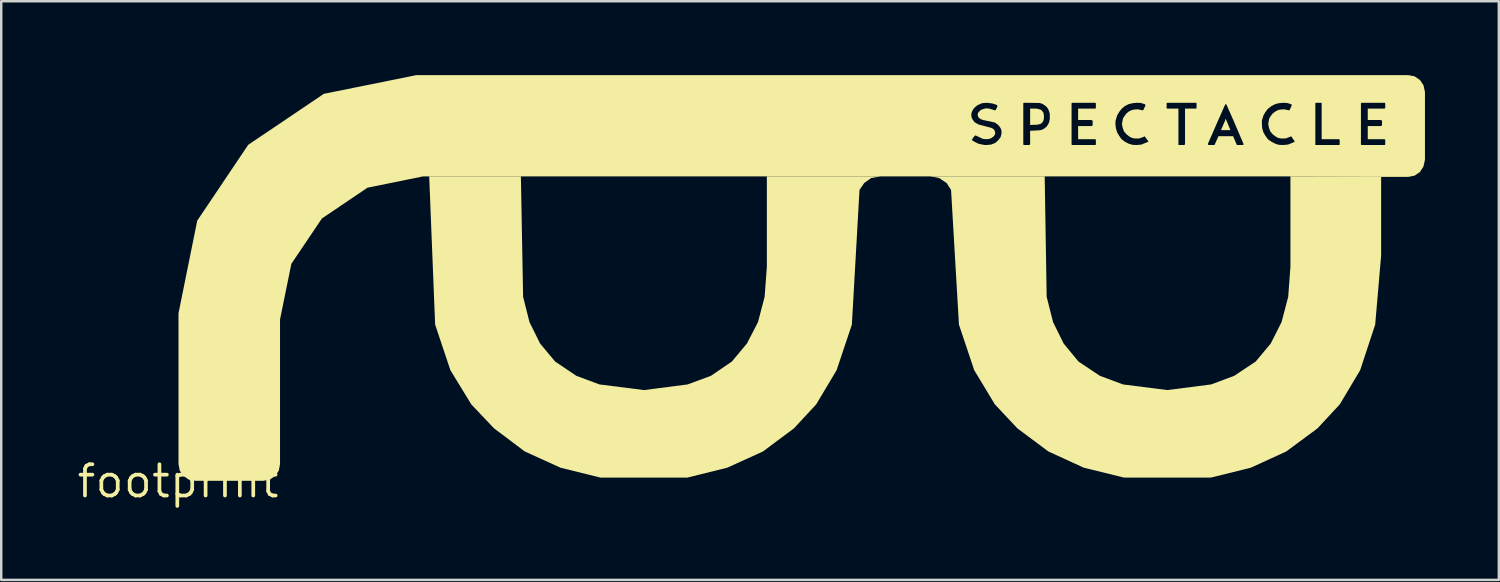
<source format=kicad_pcb>
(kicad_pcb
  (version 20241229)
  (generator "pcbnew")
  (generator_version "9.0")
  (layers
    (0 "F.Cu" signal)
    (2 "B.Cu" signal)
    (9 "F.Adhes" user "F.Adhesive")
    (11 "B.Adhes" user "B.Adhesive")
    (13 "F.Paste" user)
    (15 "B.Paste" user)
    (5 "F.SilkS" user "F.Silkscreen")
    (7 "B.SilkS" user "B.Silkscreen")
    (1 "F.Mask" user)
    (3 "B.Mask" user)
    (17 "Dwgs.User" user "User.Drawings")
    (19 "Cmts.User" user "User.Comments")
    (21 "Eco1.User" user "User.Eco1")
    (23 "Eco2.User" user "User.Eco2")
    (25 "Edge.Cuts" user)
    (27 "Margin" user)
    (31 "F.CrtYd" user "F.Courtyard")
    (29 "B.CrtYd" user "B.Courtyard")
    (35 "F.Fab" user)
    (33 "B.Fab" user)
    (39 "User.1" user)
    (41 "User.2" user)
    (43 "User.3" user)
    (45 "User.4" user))
  (footprint "footprint"
    (layer "F.Cu")
    (at 4.18 16.491)
    (property "Reference" "footprint" (at 0 0 0) (layer "F.SilkS") (effects (font (size 1.27 1.27) (thickness 0.15))))
    (fp_poly (pts (xy 42.562 -14.668) (xy 42.518 -14.668) (xy 42.54 -14.713)) (stroke (width 0) (type solid)) (fill yes) (layer "F.SilkS"))
    (fp_poly (pts (xy 42.732 -14.258) (xy 42.348 -14.258) (xy 42.529 -14.671) (xy 42.561 -14.671)) (stroke (width 0) (type solid)) (fill yes) (layer "F.SilkS"))
    (fp_poly (pts (xy 34.91 -15.121) (xy 34.98 -15.101) (xy 35.041 -15.081) (xy 35.091 -15.031) (xy 35.131 -14.981) (xy 35.151 -14.92) (xy 35.162 -14.8) (xy 35.151 -14.679) (xy 35.141 -14.669) (xy 35.131 -14.619) (xy 35.091 -14.569) (xy 35.041 -14.519) (xy 34.98 -14.499) (xy 34.91 -14.479) (xy 34.599 -14.468) (xy 34.599 -15.132) (xy 34.83 -15.132)) (stroke (width 0) (type solid)) (fill yes) (layer "F.SilkS"))
    (fp_poly (pts (xy 14.011 -7.49) (xy 14.271 -6.461) (xy 14.701 -5.591) (xy 15.311 -4.861) (xy 16.171 -4.281) (xy 17.11 -3.931) (xy 18.92 -3.702) (xy 20.69 -3.931) (xy 21.639 -4.281) (xy 22.489 -4.861) (xy 23.099 -5.591) (xy 23.549 -6.461) (xy 23.819 -7.49) (xy 23.909 -8.7) (xy 23.909 -12.371) (xy 28.461 -12.371) (xy 28.462 -12.369) (xy 28.141 -12.309) (xy 27.861 -12.109) (xy 27.671 -11.83) (xy 27.361 -6.36) (xy 26.741 -4.509) (xy 25.911 -3.119) (xy 25.011 -2.149) (xy 23.751 -1.209) (xy 22.3 -0.549) (xy 20.68 -0.148) (xy 17.15 -0.148) (xy 15.53 -0.549) (xy 14.079 -1.209) (xy 12.829 -2.149) (xy 11.909 -3.119) (xy 11.059 -4.509) (xy 10.439 -6.36) (xy 10.198 -12.382) (xy 13.921 -12.382)) (stroke (width 0) (type solid)) (fill yes) (layer "F.SilkS"))
    (fp_poly (pts (xy 48.852 -12.361) (xy 48.852 -9.16) (xy 48.611 -6.36) (xy 48.001 -4.509) (xy 47.171 -3.119) (xy 46.271 -2.149) (xy 45.001 -1.209) (xy 43.56 -0.549) (xy 41.94 -0.148) (xy 38.41 -0.148) (xy 36.78 -0.549) (xy 35.339 -1.209) (xy 34.079 -2.149) (xy 33.169 -3.119) (xy 32.329 -4.509) (xy 31.709 -6.36) (xy 31.389 -11.83) (xy 31.209 -12.109) (xy 30.909 -12.309) (xy 30.608 -12.369) (xy 30.609 -12.371) (xy 35.191 -12.371) (xy 35.271 -7.49) (xy 35.531 -6.461) (xy 35.961 -5.591) (xy 36.561 -4.861) (xy 37.431 -4.281) (xy 38.37 -3.931) (xy 40.17 -3.702) (xy 41.95 -3.931) (xy 42.889 -4.281) (xy 43.759 -4.861) (xy 44.369 -5.591) (xy 44.809 -6.461) (xy 45.079 -7.49) (xy 45.169 -8.7) (xy 45.169 -12.372)) (stroke (width 0) (type solid)) (fill yes) (layer "F.SilkS"))
    (fp_poly (pts (xy 34.331 -15.359) (xy 34.322 -15.34) (xy 34.322 -14.668) (xy 32.69 -14.668) (xy 32.579 -14.709) (xy 32.509 -14.769) (xy 32.479 -14.83) (xy 32.468 -14.9) (xy 32.489 -14.961) (xy 32.539 -15.021) (xy 32.609 -15.081) (xy 32.66 -15.101) (xy 32.8 -15.142) (xy 32.94 -15.131) (xy 33.16 -15.062) (xy 33.18 -15.062) (xy 33.199 -15.071) (xy 33.269 -15.21) (xy 33.269 -15.249) (xy 33.259 -15.259) (xy 33.249 -15.279) (xy 33.07 -15.339) (xy 32.84 -15.368) (xy 32.64 -15.349) (xy 32.461 -15.269) (xy 32.341 -15.169) (xy 32.261 -15.059) (xy 32.231 -14.989) (xy 32.212 -14.92) (xy 32.212 -14.85) (xy 32.221 -14.78) (xy 32.251 -14.711) (xy 32.272 -14.668) (xy 4.345 -14.668) (xy 5.919 -15.731) (xy 9.68 -16.491) (xy 49.95 -16.491) (xy 50.211 -16.441) (xy 50.431 -16.291) (xy 50.571 -16.081) (xy 50.632 -15.81) (xy 50.632 -14.668) (xy 48.309 -14.668) (xy 48.309 -15.132) (xy 48.99 -15.132) (xy 49.009 -15.141) (xy 49.019 -15.16) (xy 49.019 -15.34) (xy 49.009 -15.359) (xy 48.99 -15.368) (xy 48.06 -15.368) (xy 48.041 -15.359) (xy 48.032 -15.34) (xy 48.032 -14.668) (xy 46.438 -14.668) (xy 46.438 -15.34) (xy 46.429 -15.359) (xy 46.419 -15.368) (xy 46.201 -15.368) (xy 46.191 -15.359) (xy 46.181 -15.34) (xy 46.181 -14.668) (xy 44.298 -14.668) (xy 44.309 -14.731) (xy 44.379 -14.841) (xy 44.449 -14.931) (xy 44.539 -15.001) (xy 44.639 -15.061) (xy 44.75 -15.091) (xy 44.92 -15.102) (xy 45.1 -15.062) (xy 45.12 -15.062) (xy 45.139 -15.071) (xy 45.139 -15.08) (xy 45.218 -15.25) (xy 45.218 -15.299) (xy 45.199 -15.309) (xy 45.04 -15.359) (xy 44.87 -15.368) (xy 44.69 -15.349) (xy 44.541 -15.309) (xy 44.391 -15.229) (xy 44.251 -15.119) (xy 44.151 -14.989) (xy 44.071 -14.849) (xy 44.021 -14.679) (xy 44.011 -14.668) (xy 42.849 -14.668) (xy 42.579 -15.279) (xy 42.569 -15.299) (xy 42.54 -15.308) (xy 42.521 -15.299) (xy 42.511 -15.279) (xy 42.241 -14.668) (xy 40.889 -14.668) (xy 40.889 -15.132) (xy 41.33 -15.132) (xy 41.349 -15.141) (xy 41.358 -15.16) (xy 41.358 -15.34) (xy 41.349 -15.359) (xy 41.33 -15.368) (xy 40.17 -15.368) (xy 40.151 -15.359) (xy 40.142 -15.34) (xy 40.142 -15.16) (xy 40.151 -15.141) (xy 40.17 -15.132) (xy 40.621 -15.132) (xy 40.621 -14.668) (xy 38.358 -14.668) (xy 38.369 -14.731) (xy 38.439 -14.841) (xy 38.509 -14.931) (xy 38.589 -15.001) (xy 38.699 -15.061) (xy 38.81 -15.091) (xy 38.98 -15.102) (xy 39.16 -15.062) (xy 39.179 -15.062) (xy 39.199 -15.081) (xy 39.279 -15.25) (xy 39.279 -15.28) (xy 39.269 -15.299) (xy 39.259 -15.309) (xy 39.1 -15.359) (xy 38.93 -15.368) (xy 38.75 -15.349) (xy 38.591 -15.309) (xy 38.441 -15.229) (xy 38.311 -15.119) (xy 38.211 -14.989) (xy 38.131 -14.849) (xy 38.081 -14.679) (xy 38.071 -14.668) (xy 36.548 -14.668) (xy 36.548 -15.132) (xy 37.24 -15.132) (xy 37.259 -15.141) (xy 37.269 -15.16) (xy 37.269 -15.34) (xy 37.259 -15.359) (xy 37.24 -15.368) (xy 36.31 -15.368) (xy 36.291 -15.359) (xy 36.282 -15.34) (xy 36.282 -14.668) (xy 35.386 -14.668) (xy 35.398 -14.681) (xy 35.398 -14.92) (xy 35.369 -15.02) (xy 35.329 -15.119) (xy 35.269 -15.199) (xy 35.199 -15.259) (xy 35.109 -15.319) (xy 34.99 -15.359) (xy 34.37 -15.368) (xy 34.35 -15.368)) (stroke (width 0) (type solid)) (fill yes) (layer "F.SilkS"))
    (fp_poly (pts (xy 32.291 -14.651) (xy 32.341 -14.581) (xy 32.491 -14.491) (xy 33.051 -14.341) (xy 33.141 -14.271) (xy 33.171 -14.2) (xy 33.182 -14.13) (xy 33.161 -14.059) (xy 33.111 -13.999) (xy 33.051 -13.949) (xy 32.991 -13.919) (xy 32.92 -13.899) (xy 32.85 -13.888) (xy 32.69 -13.899) (xy 32.39 -14.039) (xy 32.37 -14.039) (xy 32.351 -14.029) (xy 32.341 -14.019) (xy 32.251 -13.899) (xy 32.242 -13.88) (xy 32.242 -13.86) (xy 32.251 -13.841) (xy 32.271 -13.821) (xy 32.51 -13.701) (xy 32.76 -13.652) (xy 32.82 -13.652) (xy 33.02 -13.671) (xy 33.189 -13.741) (xy 33.309 -13.851) (xy 33.399 -13.971) (xy 33.419 -14.04) (xy 33.438 -14.12) (xy 33.438 -14.19) (xy 33.429 -14.27) (xy 33.399 -14.339) (xy 33.359 -14.399) (xy 33.309 -14.459) (xy 33.249 -14.509) (xy 33.159 -14.569) (xy 32.676 -14.671) (xy 34.322 -14.671) (xy 34.322 -13.671) (xy 34.331 -13.661) (xy 34.35 -13.652) (xy 34.569 -13.652) (xy 34.589 -13.671) (xy 34.599 -13.69) (xy 34.599 -14.231) (xy 34.99 -14.251) (xy 35.109 -14.281) (xy 35.199 -14.341) (xy 35.269 -14.401) (xy 35.329 -14.491) (xy 35.369 -14.57) (xy 35.389 -14.671) (xy 36.282 -14.671) (xy 36.282 -13.671) (xy 36.291 -13.661) (xy 36.31 -13.652) (xy 37.24 -13.652) (xy 37.259 -13.661) (xy 37.269 -13.671) (xy 37.269 -13.86) (xy 37.259 -13.879) (xy 37.24 -13.889) (xy 36.548 -13.889) (xy 36.548 -14.421) (xy 37.109 -14.421) (xy 37.119 -14.431) (xy 37.139 -14.47) (xy 37.139 -14.63) (xy 37.129 -14.649) (xy 37.119 -14.649) (xy 37.109 -14.659) (xy 37.084 -14.671) (xy 38.072 -14.671) (xy 38.062 -14.5) (xy 38.081 -14.34) (xy 38.131 -14.171) (xy 38.211 -14.031) (xy 38.311 -13.891) (xy 38.441 -13.791) (xy 38.591 -13.711) (xy 38.75 -13.661) (xy 38.93 -13.652) (xy 39.12 -13.671) (xy 39.408 -13.791) (xy 39.25 -14.008) (xy 39.221 -13.989) (xy 39.03 -13.918) (xy 38.85 -13.918) (xy 38.74 -13.939) (xy 38.639 -13.989) (xy 38.509 -14.089) (xy 38.409 -14.209) (xy 38.359 -14.35) (xy 38.328 -14.5) (xy 38.349 -14.63) (xy 38.359 -14.671) (xy 40.621 -14.671) (xy 40.621 -13.661) (xy 40.64 -13.652) (xy 40.859 -13.652) (xy 40.879 -13.671) (xy 40.889 -13.69) (xy 40.889 -14.671) (xy 42.242 -14.671) (xy 41.822 -13.71) (xy 41.822 -13.681) (xy 41.831 -13.671) (xy 41.831 -13.652) (xy 42.079 -13.652) (xy 42.089 -13.661) (xy 42.249 -14.011) (xy 42.841 -14.011) (xy 42.991 -13.661) (xy 43.001 -13.652) (xy 43.249 -13.652) (xy 43.259 -13.671) (xy 43.268 -13.68) (xy 43.259 -13.709) (xy 42.848 -14.671) (xy 44.011 -14.671) (xy 44.011 -14.5) (xy 44.021 -14.34) (xy 44.071 -14.171) (xy 44.151 -14.031) (xy 44.251 -13.891) (xy 44.391 -13.791) (xy 44.541 -13.711) (xy 44.69 -13.661) (xy 44.87 -13.652) (xy 45.07 -13.671) (xy 45.249 -13.741) (xy 45.348 -13.791) (xy 45.199 -14.008) (xy 45.161 -13.989) (xy 44.97 -13.918) (xy 44.79 -13.918) (xy 44.68 -13.939) (xy 44.579 -13.989) (xy 44.449 -14.089) (xy 44.349 -14.209) (xy 44.299 -14.35) (xy 44.268 -14.5) (xy 44.289 -14.63) (xy 44.299 -14.671) (xy 46.181 -14.671) (xy 46.181 -13.652) (xy 47.14 -13.652) (xy 47.159 -13.661) (xy 47.169 -13.671) (xy 47.169 -13.86) (xy 47.159 -13.879) (xy 47.14 -13.889) (xy 46.438 -13.889) (xy 46.438 -14.671) (xy 48.032 -14.671) (xy 48.032 -13.671) (xy 48.041 -13.661) (xy 48.06 -13.652) (xy 48.99 -13.652) (xy 49.009 -13.661) (xy 49.019 -13.671) (xy 49.019 -13.86) (xy 49.009 -13.879) (xy 48.99 -13.889) (xy 48.309 -13.889) (xy 48.309 -14.421) (xy 48.859 -14.421) (xy 48.869 -14.431) (xy 48.889 -14.47) (xy 48.889 -14.63) (xy 48.879 -14.649) (xy 48.869 -14.649) (xy 48.859 -14.659) (xy 48.834 -14.671) (xy 50.632 -14.671) (xy 50.632 -13.05) (xy 50.571 -12.779) (xy 50.431 -12.559) (xy 50.211 -12.409) (xy 49.95 -12.358) (xy 48.85 -12.358) (xy 45.169 -12.369) (xy 45.169 -12.379) (xy 35.191 -12.379) (xy 35.191 -12.368) (xy 30.61 -12.368) (xy 30.57 -12.379) (xy 28.5 -12.379) (xy 28.46 -12.368) (xy 23.909 -12.368) (xy 23.909 -12.379) (xy 9.95 -12.379) (xy 7.691 -11.919) (xy 5.841 -10.669) (xy 4.601 -8.829) (xy 4.141 -6.57) (xy 4.141 -0.7) (xy 4.091 -0.429) (xy 3.951 -0.219) (xy 3.731 -0.069) (xy 3.46 -0.018) (xy 0.7 -0.018) (xy 0.429 -0.069) (xy 0.219 -0.219) (xy 0.069 -0.429) (xy 0.018 -0.7) (xy 0.018 -6.82) (xy 0.779 -10.581) (xy 2.849 -13.661) (xy 4.35 -14.671) (xy 32.271 -14.671)) (stroke (width 0) (type solid)) (fill yes) (layer "F.SilkS")))
  (gr_rect
    (start -3 -3)
    (end 57.812 20.498)
    (stroke (width 0.1) (type default))
    (fill no)
    (layer "Edge.Cuts")))
</source>
